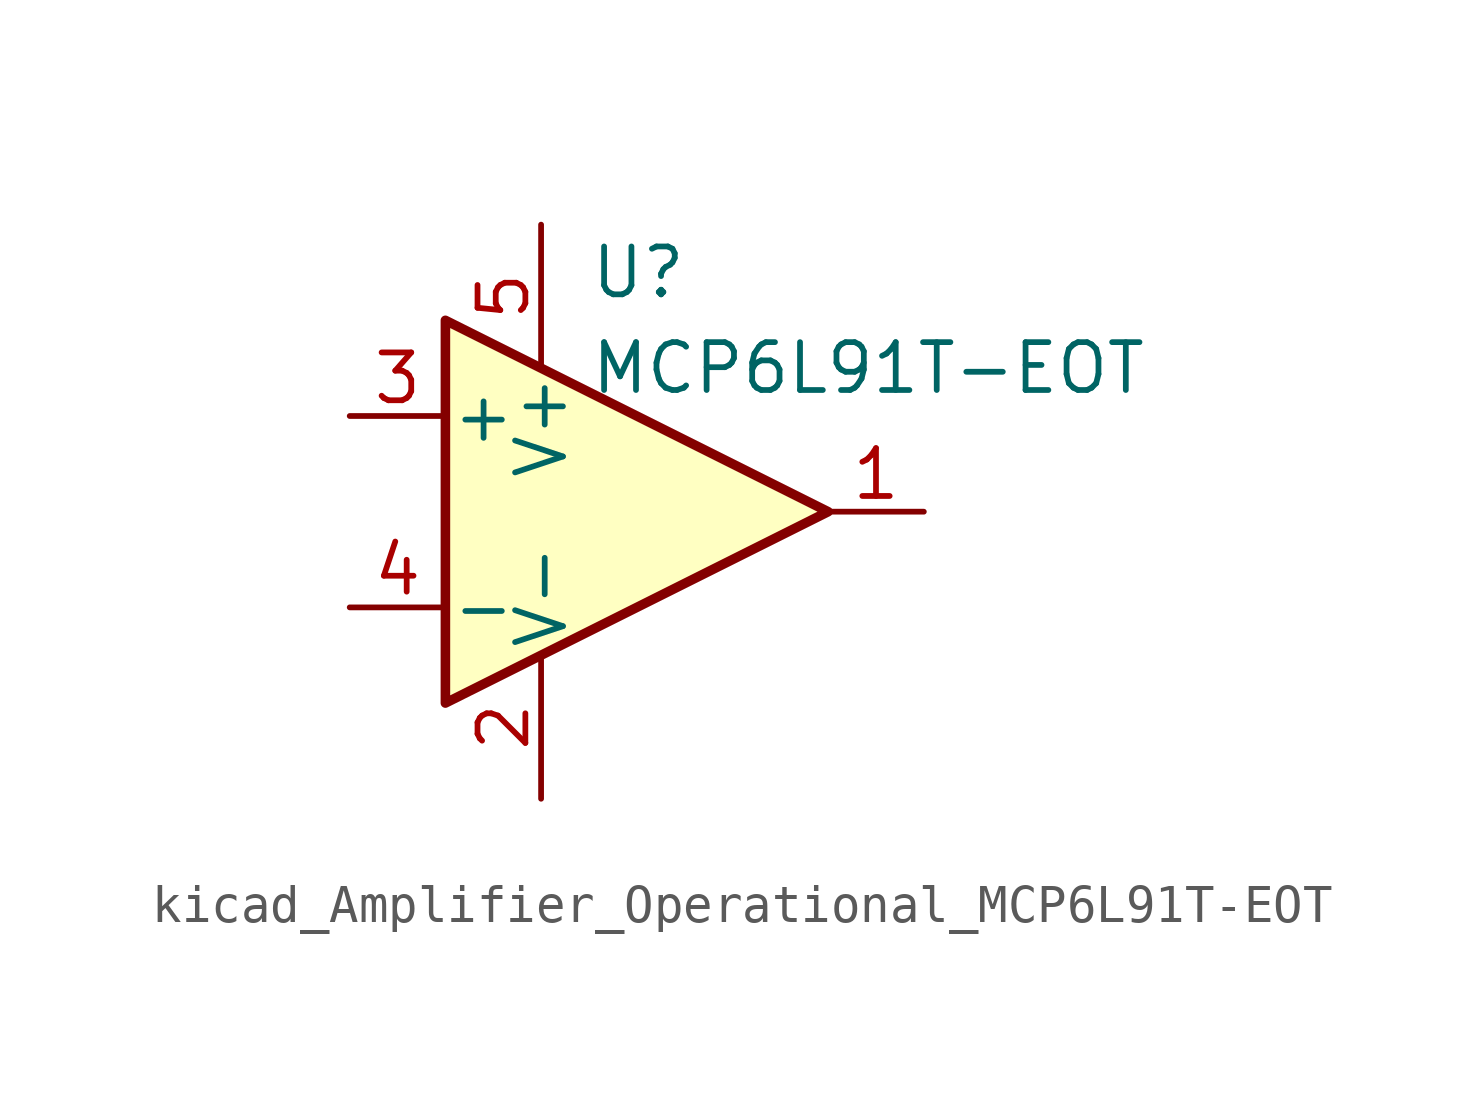
<source format=kicad_sym>
(kicad_symbol_lib
  (version 20220914)
  (generator kicad_symbol_editor)
  (symbol "kicad_Amplifier_Operational_MCP6L91T-EOT"
    (pin_names
      (offset 0.127))
    (property "Reference" "U"
      (at -1.27 6.35 0)
      (effects (font (size 1.27 1.27)) (justify left)))
    (property "Value" "MCP6L91T-EOT"
      (at -1.27 3.81 0)
      (effects (font (size 1.27 1.27)) (justify left)))
    (symbol "kicad_Amplifier_Operational_MCP6L91T-EOT_0_1"
      (polyline (pts (xy -5.08 5.08) (xy 5.08 0) (xy -5.08 -5.08) (xy -5.08 5.08)) (stroke (width 0.254) (type default)) (fill (type background)))
      (pin power_in line (at -2.54 -7.62 90) (length 3.81) (name "V-" (effects (font (size 1.27 1.27)))) (number "2" (effects (font (size 1.27 1.27)))))
      (pin power_in line (at -2.54 7.62 270) (length 3.81) (name "V+" (effects (font (size 1.27 1.27)))) (number "5" (effects (font (size 1.27 1.27))))))
    (symbol "kicad_Amplifier_Operational_MCP6L91T-EOT_1_1"
      (pin output line (at 7.62 0 180) (length 2.54) (name "~" (effects (font (size 1.27 1.27)))) (number "1" (effects (font (size 1.27 1.27)))))
      (pin input line (at -7.62 2.54 0) (length 2.54) (name "+" (effects (font (size 1.27 1.27)))) (number "3" (effects (font (size 1.27 1.27)))))
      (pin input line (at -7.62 -2.54 0) (length 2.54) (name "-" (effects (font (size 1.27 1.27)))) (number "4" (effects (font (size 1.27 1.27))))))))
</source>
